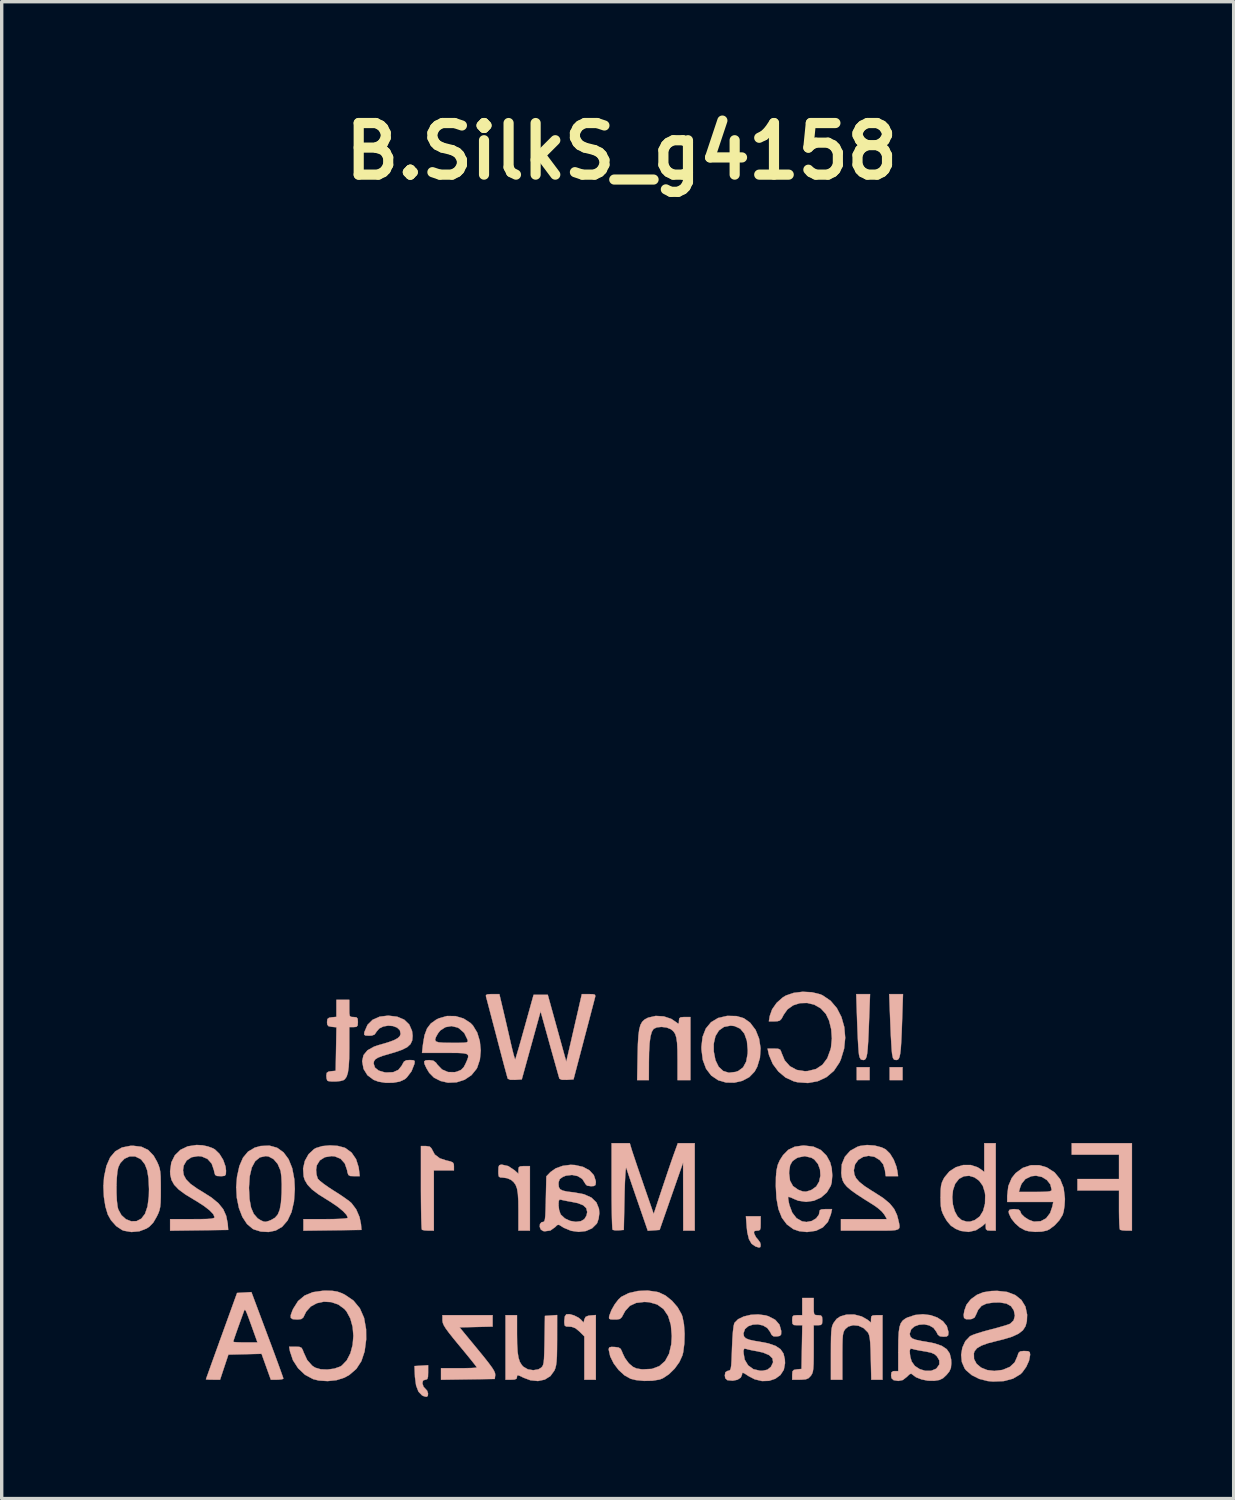
<source format=kicad_pcb>
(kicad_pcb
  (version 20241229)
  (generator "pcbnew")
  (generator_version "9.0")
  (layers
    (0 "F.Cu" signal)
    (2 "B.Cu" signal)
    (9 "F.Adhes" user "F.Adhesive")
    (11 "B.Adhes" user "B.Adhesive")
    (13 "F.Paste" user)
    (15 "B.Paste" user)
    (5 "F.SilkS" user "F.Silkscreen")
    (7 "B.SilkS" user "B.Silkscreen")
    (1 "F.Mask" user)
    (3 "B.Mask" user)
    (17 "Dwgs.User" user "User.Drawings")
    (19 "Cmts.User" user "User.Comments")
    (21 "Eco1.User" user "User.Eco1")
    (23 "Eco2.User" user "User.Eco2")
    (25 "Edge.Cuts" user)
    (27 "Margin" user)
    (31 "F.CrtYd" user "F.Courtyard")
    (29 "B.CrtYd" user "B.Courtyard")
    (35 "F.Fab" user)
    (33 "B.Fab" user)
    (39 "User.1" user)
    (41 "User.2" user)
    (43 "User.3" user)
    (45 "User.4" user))
  (footprint "B.SilkS_g4158"
    (layer "F.Cu")
    (at 15.309 1.418)
    (property "Reference" "B.SilkS_g4158" (at 0 0 0) (layer "F.SilkS") (effects (font (size 1.524 1.524) (thickness 0.3))))
    (attr through_hole)
    (fp_poly (pts (xy 7.324 27.432) (xy 6.943 27.432) (xy 6.943 27.051) (xy 7.324 27.051) (xy 7.324 27.432)) (stroke (width 0.01) (type solid)) (fill yes) (layer "B.SilkS"))
    (fp_poly (pts (xy 8.297 27.432) (xy 7.916 27.432) (xy 7.916 27.051) (xy 8.297 27.051) (xy 8.297 27.432)) (stroke (width 0.01) (type solid)) (fill yes) (layer "B.SilkS"))
    (fp_poly (pts (xy 15.071 31.877) (xy 14.908 31.877) (xy 14.797 31.87) (xy 14.725 31.854) (xy 14.718 31.849) (xy 14.707 31.798) (xy 14.699 31.679) (xy 14.693 31.509) (xy 14.69 31.304) (xy 14.69 31.256) (xy 14.69 30.692) (xy 13.462 30.692) (xy 13.462 30.353) (xy 14.69 30.353) (xy 14.69 29.633) (xy 13.293 29.633) (xy 13.293 29.295) (xy 15.071 29.295) (xy 15.071 31.877)) (stroke (width 0.01) (type solid)) (fill yes) (layer "B.SilkS"))
    (fp_poly (pts (xy 7.308 25.665) (xy 7.295 26.012) (xy 7.282 26.284) (xy 7.268 26.489) (xy 7.253 26.638) (xy 7.234 26.737) (xy 7.21 26.798) (xy 7.18 26.829) (xy 7.143 26.839) (xy 7.133 26.839) (xy 7.066 26.822) (xy 7.028 26.756) (xy 7.011 26.681) (xy 7.001 26.588) (xy 6.989 26.428) (xy 6.977 26.216) (xy 6.966 25.969) (xy 6.956 25.707) (xy 6.929 24.892) (xy 7.337 24.892) (xy 7.308 25.665)) (stroke (width 0.01) (type solid)) (fill yes) (layer "B.SilkS"))
    (fp_poly (pts (xy 8.283 25.686) (xy 8.271 26.03) (xy 8.258 26.299) (xy 8.245 26.502) (xy 8.228 26.647) (xy 8.208 26.744) (xy 8.183 26.803) (xy 8.15 26.831) (xy 8.11 26.839) (xy 8.107 26.839) (xy 8.047 26.827) (xy 8.013 26.777) (xy 7.99 26.668) (xy 7.986 26.638) (xy 7.976 26.53) (xy 7.965 26.356) (xy 7.952 26.133) (xy 7.941 25.881) (xy 7.932 25.665) (xy 7.903 24.892) (xy 8.31 24.892) (xy 8.283 25.686)) (stroke (width 0.01) (type solid)) (fill yes) (layer "B.SilkS"))
    (fp_poly (pts (xy -5.715 36.066) (xy -5.719 36.193) (xy -5.738 36.258) (xy -5.779 36.279) (xy -5.8 36.28) (xy -5.866 36.305) (xy -5.884 36.385) (xy -5.851 36.49) (xy -5.8 36.543) (xy -5.743 36.607) (xy -5.717 36.69) (xy -5.725 36.76) (xy -5.768 36.786) (xy -5.847 36.765) (xy -5.895 36.742) (xy -6 36.633) (xy -6.07 36.45) (xy -6.104 36.196) (xy -6.105 36.168) (xy -6.117 35.877) (xy -5.916 35.865) (xy -5.715 35.852) (xy -5.715 36.066)) (stroke (width 0.01) (type solid)) (fill yes) (layer "B.SilkS"))
    (fp_poly (pts (xy 4.106 31.665) (xy 4.103 31.791) (xy 4.086 31.854) (xy 4.043 31.875) (xy 3.998 31.877) (xy 3.921 31.888) (xy 3.908 31.936) (xy 3.917 31.972) (xy 3.971 32.076) (xy 4.025 32.138) (xy 4.089 32.226) (xy 4.106 32.297) (xy 4.097 32.362) (xy 4.057 32.377) (xy 3.964 32.348) (xy 3.95 32.342) (xy 3.839 32.265) (xy 3.761 32.13) (xy 3.712 31.93) (xy 3.695 31.774) (xy 3.671 31.454) (xy 4.106 31.454) (xy 4.106 31.665)) (stroke (width 0.01) (type solid)) (fill yes) (layer "B.SilkS"))
    (fp_poly (pts (xy -1.404 34.382) (xy -1.277 34.446) (xy -1.201 34.507) (xy -1.123 34.594) (xy -1.099 34.495) (xy -1.064 34.425) (xy -0.984 34.391) (xy -0.919 34.383) (xy -0.762 34.37) (xy -0.762 36.28) (xy -1.101 36.28) (xy -1.101 35.001) (xy -1.245 34.857) (xy -1.364 34.759) (xy -1.477 34.718) (xy -1.541 34.713) (xy -1.638 34.709) (xy -1.682 34.678) (xy -1.693 34.597) (xy -1.693 34.543) (xy -1.677 34.41) (xy -1.632 34.348) (xy -1.533 34.345) (xy -1.404 34.382)) (stroke (width 0.01) (type solid)) (fill yes) (layer "B.SilkS"))
    (fp_poly (pts (xy -5.668 29.396) (xy -5.614 29.45) (xy -5.61 29.461) (xy -5.52 29.628) (xy -5.369 29.742) (xy -5.185 29.803) (xy -5.053 29.834) (xy -4.983 29.866) (xy -4.957 29.914) (xy -4.953 29.975) (xy -4.953 30.099) (xy -5.546 30.099) (xy -5.546 31.877) (xy -5.708 31.877) (xy -5.82 31.87) (xy -5.891 31.854) (xy -5.898 31.849) (xy -5.906 31.801) (xy -5.912 31.679) (xy -5.918 31.494) (xy -5.922 31.258) (xy -5.925 30.98) (xy -5.927 30.672) (xy -5.927 30.6) (xy -5.927 29.379) (xy -5.781 29.379) (xy -5.668 29.396)) (stroke (width 0.01) (type solid)) (fill yes) (layer "B.SilkS"))
    (fp_poly (pts (xy -3.349 29.971) (xy -3.162 30.095) (xy -3.143 30.112) (xy -3.048 30.198) (xy -3.048 30.085) (xy -3.04 30.012) (xy -2.999 29.98) (xy -2.902 29.972) (xy -2.879 29.972) (xy -2.709 29.972) (xy -2.709 31.877) (xy -3.048 31.877) (xy -3.048 31.282) (xy -3.051 31.001) (xy -3.064 30.79) (xy -3.089 30.636) (xy -3.131 30.524) (xy -3.192 30.441) (xy -3.269 30.377) (xy -3.38 30.329) (xy -3.502 30.311) (xy -3.587 30.306) (xy -3.628 30.277) (xy -3.64 30.2) (xy -3.641 30.12) (xy -3.636 30.003) (xy -3.615 29.947) (xy -3.563 29.93) (xy -3.532 29.93) (xy -3.349 29.971)) (stroke (width 0.01) (type solid)) (fill yes) (layer "B.SilkS"))
    (fp_poly (pts (xy -3.81 34.711) (xy -4.298 34.723) (xy -4.786 34.734) (xy -4.253 35.381) (xy -4.064 35.612) (xy -3.925 35.789) (xy -3.828 35.921) (xy -3.768 36.017) (xy -3.739 36.087) (xy -3.733 36.139) (xy -3.733 36.143) (xy -3.747 36.258) (xy -5.334 36.282) (xy -5.334 35.941) (xy -4.805 35.941) (xy -4.604 35.939) (xy -4.439 35.935) (xy -4.324 35.928) (xy -4.276 35.92) (xy -4.276 35.919) (xy -4.301 35.881) (xy -4.373 35.788) (xy -4.482 35.652) (xy -4.621 35.482) (xy -4.78 35.289) (xy -4.784 35.285) (xy -4.966 35.064) (xy -5.099 34.896) (xy -5.191 34.771) (xy -5.249 34.677) (xy -5.28 34.604) (xy -5.291 34.542) (xy -5.292 34.524) (xy -5.292 34.375) (xy -3.81 34.375) (xy -3.81 34.711)) (stroke (width 0.01) (type solid)) (fill yes) (layer "B.SilkS"))
    (fp_poly (pts (xy -8.043 25.315) (xy -8.042 25.456) (xy -8.03 25.532) (xy -7.998 25.563) (xy -7.937 25.569) (xy -7.916 25.569) (xy -7.831 25.578) (xy -7.796 25.619) (xy -7.789 25.718) (xy -7.796 25.817) (xy -7.832 25.858) (xy -7.916 25.866) (xy -8.043 25.866) (xy -8.043 26.494) (xy -8.047 26.805) (xy -8.061 27.041) (xy -8.085 27.213) (xy -8.123 27.331) (xy -8.175 27.405) (xy -8.214 27.433) (xy -8.301 27.458) (xy -8.425 27.471) (xy -8.554 27.473) (xy -8.656 27.462) (xy -8.692 27.446) (xy -8.713 27.387) (xy -8.721 27.301) (xy -8.709 27.218) (xy -8.655 27.181) (xy -8.583 27.17) (xy -8.445 27.157) (xy -8.422 25.871) (xy -8.561 25.858) (xy -8.657 25.839) (xy -8.694 25.79) (xy -8.7 25.718) (xy -8.689 25.628) (xy -8.639 25.59) (xy -8.562 25.577) (xy -8.424 25.564) (xy -8.424 25.061) (xy -8.043 25.061) (xy -8.043 25.315)) (stroke (width 0.01) (type solid)) (fill yes) (layer "B.SilkS"))
    (fp_poly (pts (xy -1.906 35.102) (xy -1.908 35.381) (xy -1.912 35.589) (xy -1.922 35.743) (xy -1.937 35.856) (xy -1.959 35.943) (xy -1.985 36.008) (xy -2.102 36.171) (xy -2.269 36.276) (xy -2.471 36.319) (xy -2.695 36.296) (xy -2.893 36.222) (xy -3.008 36.166) (xy -3.066 36.148) (xy -3.088 36.166) (xy -3.09 36.201) (xy -3.107 36.253) (xy -3.17 36.276) (xy -3.26 36.28) (xy -3.429 36.28) (xy -3.429 34.375) (xy -3.09 34.375) (xy -3.09 34.936) (xy -3.086 35.233) (xy -3.072 35.46) (xy -3.046 35.63) (xy -3.005 35.755) (xy -2.946 35.85) (xy -2.902 35.897) (xy -2.769 35.974) (xy -2.61 36) (xy -2.458 35.974) (xy -2.375 35.924) (xy -2.343 35.889) (xy -2.32 35.843) (xy -2.303 35.773) (xy -2.292 35.664) (xy -2.285 35.505) (xy -2.279 35.282) (xy -2.276 35.12) (xy -2.265 34.396) (xy -2.085 34.383) (xy -1.905 34.37) (xy -1.906 35.102)) (stroke (width 0.01) (type solid)) (fill yes) (layer "B.SilkS"))
    (fp_poly (pts (xy 1.245 25.55) (xy 1.469 25.625) (xy 1.618 25.726) (xy 1.672 25.768) (xy 1.691 25.743) (xy 1.693 25.682) (xy 1.702 25.609) (xy 1.743 25.577) (xy 1.84 25.569) (xy 1.863 25.569) (xy 2.032 25.569) (xy 2.032 27.432) (xy 1.651 27.432) (xy 1.651 26.82) (xy 1.648 26.539) (xy 1.638 26.329) (xy 1.616 26.177) (xy 1.582 26.069) (xy 1.53 25.992) (xy 1.459 25.932) (xy 1.451 25.927) (xy 1.328 25.878) (xy 1.179 25.86) (xy 1.04 25.874) (xy 0.944 25.92) (xy 0.944 25.92) (xy 0.891 26.005) (xy 0.852 26.144) (xy 0.825 26.345) (xy 0.81 26.616) (xy 0.806 26.892) (xy 0.804 27.432) (xy 0.459 27.432) (xy 0.473 26.681) (xy 0.481 26.363) (xy 0.496 26.118) (xy 0.52 25.935) (xy 0.556 25.803) (xy 0.608 25.709) (xy 0.678 25.643) (xy 0.771 25.593) (xy 0.785 25.587) (xy 1.008 25.536) (xy 1.245 25.55)) (stroke (width 0.01) (type solid)) (fill yes) (layer "B.SilkS"))
    (fp_poly (pts (xy 5.673 34.121) (xy 5.674 34.261) (xy 5.686 34.337) (xy 5.718 34.368) (xy 5.779 34.375) (xy 5.8 34.375) (xy 5.885 34.383) (xy 5.92 34.425) (xy 5.927 34.523) (xy 5.92 34.622) (xy 5.884 34.663) (xy 5.8 34.671) (xy 5.673 34.671) (xy 5.673 35.364) (xy 5.672 35.624) (xy 5.669 35.814) (xy 5.661 35.947) (xy 5.648 36.038) (xy 5.627 36.101) (xy 5.598 36.151) (xy 5.585 36.168) (xy 5.52 36.235) (xy 5.441 36.268) (xy 5.319 36.279) (xy 5.267 36.28) (xy 5.038 36.28) (xy 5.038 36.134) (xy 5.046 36.035) (xy 5.087 35.991) (xy 5.175 35.975) (xy 5.313 35.962) (xy 5.336 34.671) (xy 5.187 34.671) (xy 5.087 34.665) (xy 5.046 34.628) (xy 5.038 34.536) (xy 5.038 34.523) (xy 5.044 34.424) (xy 5.081 34.383) (xy 5.175 34.375) (xy 5.186 34.375) (xy 5.334 34.375) (xy 5.334 33.867) (xy 5.673 33.867) (xy 5.673 34.121)) (stroke (width 0.01) (type solid)) (fill yes) (layer "B.SilkS"))
    (fp_poly (pts (xy 7.089 34.412) (xy 7.255 34.505) (xy 7.366 34.592) (xy 7.366 34.484) (xy 7.375 34.413) (xy 7.417 34.382) (xy 7.517 34.375) (xy 7.535 34.375) (xy 7.705 34.375) (xy 7.705 36.28) (xy 7.374 36.28) (xy 7.359 35.634) (xy 7.352 35.374) (xy 7.342 35.184) (xy 7.328 35.05) (xy 7.308 34.958) (xy 7.28 34.894) (xy 7.27 34.879) (xy 7.148 34.757) (xy 6.996 34.686) (xy 6.836 34.67) (xy 6.692 34.711) (xy 6.607 34.783) (xy 6.574 34.83) (xy 6.551 34.887) (xy 6.535 34.966) (xy 6.526 35.083) (xy 6.521 35.25) (xy 6.519 35.483) (xy 6.519 35.587) (xy 6.519 36.28) (xy 6.181 36.28) (xy 6.181 35.507) (xy 6.182 35.228) (xy 6.185 35.02) (xy 6.192 34.869) (xy 6.204 34.762) (xy 6.222 34.686) (xy 6.248 34.627) (xy 6.263 34.6) (xy 6.351 34.483) (xy 6.459 34.411) (xy 6.616 34.365) (xy 6.656 34.357) (xy 6.87 34.355) (xy 7.089 34.412)) (stroke (width 0.01) (type solid)) (fill yes) (layer "B.SilkS"))
    (fp_poly (pts (xy 3.395 25.541) (xy 3.608 25.604) (xy 3.786 25.729) (xy 3.798 25.74) (xy 3.958 25.952) (xy 4.06 26.208) (xy 4.103 26.488) (xy 4.085 26.771) (xy 4.005 27.038) (xy 3.926 27.182) (xy 3.772 27.342) (xy 3.566 27.452) (xy 3.33 27.507) (xy 3.084 27.503) (xy 2.853 27.436) (xy 2.648 27.298) (xy 2.495 27.097) (xy 2.398 26.837) (xy 2.358 26.524) (xy 2.357 26.453) (xy 2.368 26.355) (xy 2.72 26.355) (xy 2.721 26.585) (xy 2.771 26.843) (xy 2.865 27.037) (xy 2.999 27.162) (xy 3.167 27.214) (xy 3.366 27.19) (xy 3.444 27.162) (xy 3.586 27.058) (xy 3.679 26.886) (xy 3.722 26.648) (xy 3.725 26.548) (xy 3.7 26.272) (xy 3.625 26.059) (xy 3.503 25.913) (xy 3.335 25.836) (xy 3.217 25.823) (xy 3.024 25.86) (xy 2.874 25.965) (xy 2.771 26.132) (xy 2.72 26.355) (xy 2.368 26.355) (xy 2.391 26.154) (xy 2.486 25.91) (xy 2.64 25.723) (xy 2.849 25.597) (xy 3.11 25.537) (xy 3.132 25.535) (xy 3.395 25.541)) (stroke (width 0.01) (type solid)) (fill yes) (layer "B.SilkS"))
    (fp_poly (pts (xy 0.294 29.474) (xy 0.324 29.567) (xy 0.377 29.725) (xy 0.447 29.934) (xy 0.53 30.178) (xy 0.621 30.442) (xy 0.647 30.519) (xy 0.947 31.385) (xy 1.192 30.647) (xy 1.28 30.385) (xy 1.367 30.126) (xy 1.447 29.892) (xy 1.513 29.702) (xy 1.549 29.602) (xy 1.66 29.295) (xy 2.159 29.295) (xy 2.159 31.877) (xy 1.82 31.877) (xy 1.818 30.872) (xy 1.816 29.866) (xy 1.469 30.861) (xy 1.122 31.856) (xy 0.773 31.881) (xy 0.471 31.007) (xy 0.38 30.743) (xy 0.297 30.501) (xy 0.227 30.294) (xy 0.174 30.135) (xy 0.142 30.037) (xy 0.137 30.02) (xy 0.128 30.028) (xy 0.117 30.111) (xy 0.107 30.258) (xy 0.097 30.459) (xy 0.089 30.705) (xy 0.085 30.882) (xy 0.064 31.856) (xy -0.086 31.868) (xy -0.194 31.869) (xy -0.262 31.854) (xy -0.266 31.851) (xy -0.274 31.802) (xy -0.281 31.68) (xy -0.287 31.494) (xy -0.291 31.256) (xy -0.295 30.976) (xy -0.296 30.665) (xy -0.296 30.558) (xy -0.296 29.295) (xy 0.241 29.295) (xy 0.294 29.474)) (stroke (width 0.01) (type solid)) (fill yes) (layer "B.SilkS"))
    (fp_poly (pts (xy -10.462 34.955) (xy -10.346 35.264) (xy -10.241 35.547) (xy -10.15 35.795) (xy -10.076 35.999) (xy -10.023 36.148) (xy -9.994 36.232) (xy -9.99 36.248) (xy -10.028 36.267) (xy -10.124 36.278) (xy -10.175 36.28) (xy -10.36 36.28) (xy -10.497 35.897) (xy -10.634 35.515) (xy -11.124 35.527) (xy -11.614 35.539) (xy -11.737 35.909) (xy -11.86 36.28) (xy -12.069 36.28) (xy -12.188 36.278) (xy -12.263 36.273) (xy -12.277 36.269) (xy -12.263 36.228) (xy -12.223 36.117) (xy -12.162 35.946) (xy -12.082 35.723) (xy -11.987 35.46) (xy -11.88 35.164) (xy -11.879 35.16) (xy -11.472 35.16) (xy -11.433 35.169) (xy -11.329 35.175) (xy -11.179 35.179) (xy -11.114 35.179) (xy -10.755 35.179) (xy -10.925 34.704) (xy -11.003 34.488) (xy -11.058 34.342) (xy -11.095 34.255) (xy -11.12 34.217) (xy -11.137 34.218) (xy -11.151 34.248) (xy -11.153 34.252) (xy -11.247 34.512) (xy -11.33 34.743) (xy -11.397 34.934) (xy -11.445 35.074) (xy -11.47 35.15) (xy -11.472 35.16) (xy -11.879 35.16) (xy -11.817 34.989) (xy -11.357 33.718) (xy -10.934 33.693) (xy -10.462 34.955)) (stroke (width 0.01) (type solid)) (fill yes) (layer "B.SilkS"))
    (fp_poly (pts (xy -10.176 29.43) (xy -9.986 29.565) (xy -9.836 29.768) (xy -9.729 30.034) (xy -9.667 30.361) (xy -9.652 30.649) (xy -9.677 31.017) (xy -9.749 31.329) (xy -9.867 31.58) (xy -10.028 31.765) (xy -10.216 31.874) (xy -10.426 31.917) (xy -10.655 31.905) (xy -10.862 31.841) (xy -10.896 31.823) (xy -11.064 31.681) (xy -11.201 31.472) (xy -11.302 31.211) (xy -11.364 30.911) (xy -11.38 30.625) (xy -11.006 30.625) (xy -10.99 30.947) (xy -10.945 31.196) (xy -10.865 31.383) (xy -10.749 31.515) (xy -10.664 31.569) (xy -10.577 31.609) (xy -10.51 31.617) (xy -10.423 31.592) (xy -10.352 31.563) (xy -10.238 31.497) (xy -10.155 31.401) (xy -10.098 31.261) (xy -10.062 31.065) (xy -10.043 30.8) (xy -10.041 30.754) (xy -10.038 30.505) (xy -10.048 30.29) (xy -10.068 30.131) (xy -10.075 30.102) (xy -10.157 29.909) (xy -10.279 29.766) (xy -10.427 29.687) (xy -10.511 29.676) (xy -10.685 29.714) (xy -10.823 29.827) (xy -10.923 30.013) (xy -10.984 30.271) (xy -11.006 30.599) (xy -11.006 30.625) (xy -11.38 30.625) (xy -11.382 30.585) (xy -11.359 30.288) (xy -11.289 29.97) (xy -11.182 29.723) (xy -11.033 29.544) (xy -10.837 29.427) (xy -10.662 29.378) (xy -10.402 29.367) (xy -10.176 29.43)) (stroke (width 0.01) (type solid)) (fill yes) (layer "B.SilkS"))
    (fp_poly (pts (xy 7.474 29.365) (xy 7.682 29.42) (xy 7.798 29.477) (xy 7.924 29.6) (xy 8.035 29.779) (xy 8.115 29.985) (xy 8.142 30.11) (xy 8.165 30.268) (xy 7.8 30.268) (xy 7.776 30.088) (xy 7.725 29.918) (xy 7.622 29.792) (xy 7.463 29.696) (xy 7.293 29.668) (xy 7.129 29.701) (xy 6.99 29.787) (xy 6.894 29.92) (xy 6.858 30.092) (xy 6.873 30.216) (xy 6.924 30.328) (xy 7.021 30.439) (xy 7.173 30.561) (xy 7.39 30.702) (xy 7.473 30.752) (xy 7.73 30.919) (xy 7.918 31.076) (xy 8.048 31.236) (xy 8.132 31.413) (xy 8.167 31.543) (xy 8.193 31.654) (xy 8.207 31.738) (xy 8.202 31.798) (xy 8.167 31.837) (xy 8.092 31.861) (xy 7.967 31.873) (xy 7.783 31.877) (xy 7.53 31.877) (xy 7.345 31.877) (xy 6.477 31.877) (xy 6.477 31.538) (xy 7.836 31.538) (xy 7.76 31.405) (xy 7.684 31.312) (xy 7.561 31.205) (xy 7.438 31.119) (xy 7.154 30.941) (xy 6.935 30.798) (xy 6.771 30.68) (xy 6.655 30.58) (xy 6.576 30.487) (xy 6.528 30.395) (xy 6.501 30.294) (xy 6.487 30.176) (xy 6.487 30.172) (xy 6.503 29.916) (xy 6.594 29.696) (xy 6.75 29.52) (xy 6.966 29.4) (xy 7.041 29.376) (xy 7.248 29.349) (xy 7.474 29.365)) (stroke (width 0.01) (type solid)) (fill yes) (layer "B.SilkS"))
    (fp_poly (pts (xy 11.049 31.877) (xy 10.901 31.877) (xy 10.801 31.869) (xy 10.76 31.834) (xy 10.753 31.764) (xy 10.753 31.651) (xy 10.657 31.74) (xy 10.465 31.866) (xy 10.248 31.915) (xy 10.015 31.885) (xy 9.865 31.824) (xy 9.724 31.73) (xy 9.609 31.595) (xy 9.549 31.496) (xy 9.486 31.374) (xy 9.447 31.269) (xy 9.427 31.152) (xy 9.42 30.995) (xy 9.419 30.891) (xy 9.765 30.891) (xy 9.783 31.104) (xy 9.836 31.3) (xy 9.921 31.458) (xy 10.033 31.56) (xy 10.064 31.573) (xy 10.19 31.611) (xy 10.291 31.611) (xy 10.412 31.572) (xy 10.434 31.563) (xy 10.575 31.46) (xy 10.676 31.295) (xy 10.732 31.081) (xy 10.738 30.834) (xy 10.728 30.748) (xy 10.667 30.553) (xy 10.56 30.404) (xy 10.421 30.304) (xy 10.265 30.258) (xy 10.109 30.271) (xy 9.966 30.347) (xy 9.853 30.49) (xy 9.851 30.493) (xy 9.787 30.681) (xy 9.765 30.891) (xy 9.419 30.891) (xy 9.419 30.882) (xy 9.422 30.69) (xy 9.434 30.555) (xy 9.461 30.451) (xy 9.508 30.351) (xy 9.535 30.304) (xy 9.682 30.127) (xy 9.873 30.004) (xy 10.087 29.94) (xy 10.307 29.939) (xy 10.513 30.006) (xy 10.586 30.052) (xy 10.71 30.144) (xy 10.71 29.295) (xy 11.049 29.295) (xy 11.049 31.877)) (stroke (width 0.01) (type solid)) (fill yes) (layer "B.SilkS"))
    (fp_poly (pts (xy -12.376 29.357) (xy -12.216 29.392) (xy -12.067 29.448) (xy -12.014 29.478) (xy -11.879 29.608) (xy -11.767 29.789) (xy -11.698 29.987) (xy -11.684 30.108) (xy -11.689 30.212) (xy -11.72 30.257) (xy -11.802 30.268) (xy -11.848 30.268) (xy -11.953 30.263) (xy -12.005 30.231) (xy -12.03 30.15) (xy -12.04 30.095) (xy -12.107 29.898) (xy -12.231 29.759) (xy -12.404 29.686) (xy -12.509 29.676) (xy -12.703 29.71) (xy -12.848 29.807) (xy -12.934 29.956) (xy -12.954 30.092) (xy -12.933 30.234) (xy -12.862 30.365) (xy -12.735 30.495) (xy -12.54 30.634) (xy -12.387 30.727) (xy -12.111 30.902) (xy -11.907 31.071) (xy -11.766 31.246) (xy -11.679 31.441) (xy -11.634 31.668) (xy -11.629 31.729) (xy -11.62 31.856) (xy -13.335 31.879) (xy -13.335 31.538) (xy -12.679 31.538) (xy -12.424 31.537) (xy -12.242 31.533) (xy -12.122 31.524) (xy -12.054 31.51) (xy -12.025 31.49) (xy -12.023 31.478) (xy -12.06 31.391) (xy -12.168 31.278) (xy -12.337 31.147) (xy -12.56 31.004) (xy -12.625 30.966) (xy -12.889 30.805) (xy -13.082 30.662) (xy -13.214 30.524) (xy -13.294 30.381) (xy -13.33 30.222) (xy -13.335 30.121) (xy -13.299 29.864) (xy -13.195 29.653) (xy -13.031 29.492) (xy -12.815 29.388) (xy -12.555 29.348) (xy -12.376 29.357)) (stroke (width 0.01) (type solid)) (fill yes) (layer "B.SilkS"))
    (fp_poly (pts (xy -8.384 29.375) (xy -8.186 29.427) (xy -8.156 29.44) (xy -7.976 29.573) (xy -7.843 29.767) (xy -7.768 30.004) (xy -7.761 30.05) (xy -7.735 30.268) (xy -7.907 30.268) (xy -8.015 30.264) (xy -8.069 30.234) (xy -8.097 30.156) (xy -8.108 30.091) (xy -8.176 29.893) (xy -8.299 29.755) (xy -8.471 29.684) (xy -8.569 29.676) (xy -8.765 29.709) (xy -8.914 29.803) (xy -9.003 29.948) (xy -9.024 30.081) (xy -9.012 30.218) (xy -8.978 30.333) (xy -8.969 30.349) (xy -8.91 30.409) (xy -8.796 30.499) (xy -8.644 30.606) (xy -8.503 30.697) (xy -8.325 30.81) (xy -8.163 30.921) (xy -8.037 31.013) (xy -7.978 31.064) (xy -7.84 31.248) (xy -7.741 31.476) (xy -7.698 31.686) (xy -7.684 31.856) (xy -9.398 31.879) (xy -9.398 31.538) (xy -8.742 31.538) (xy -8.508 31.536) (xy -8.313 31.529) (xy -8.172 31.519) (xy -8.095 31.506) (xy -8.086 31.499) (xy -8.122 31.416) (xy -8.224 31.305) (xy -8.381 31.175) (xy -8.583 31.037) (xy -8.694 30.968) (xy -8.955 30.804) (xy -9.146 30.659) (xy -9.277 30.521) (xy -9.358 30.383) (xy -9.391 30.279) (xy -9.407 30.044) (xy -9.355 29.817) (xy -9.245 29.62) (xy -9.085 29.471) (xy -9.027 29.438) (xy -8.841 29.381) (xy -8.614 29.36) (xy -8.384 29.375)) (stroke (width 0.01) (type solid)) (fill yes) (layer "B.SilkS"))
    (fp_poly (pts (xy 5.619 24.837) (xy 5.867 24.898) (xy 5.937 24.929) (xy 6.17 25.087) (xy 6.356 25.305) (xy 6.492 25.569) (xy 6.576 25.866) (xy 6.603 26.183) (xy 6.57 26.506) (xy 6.474 26.822) (xy 6.433 26.913) (xy 6.268 27.159) (xy 6.05 27.344) (xy 5.791 27.465) (xy 5.503 27.517) (xy 5.196 27.495) (xy 5.083 27.467) (xy 4.843 27.357) (xy 4.632 27.18) (xy 4.464 26.955) (xy 4.355 26.697) (xy 4.34 26.638) (xy 4.311 26.501) (xy 4.501 26.501) (xy 4.62 26.506) (xy 4.682 26.532) (xy 4.712 26.593) (xy 4.719 26.617) (xy 4.815 26.848) (xy 4.97 27.022) (xy 5.172 27.131) (xy 5.412 27.169) (xy 5.499 27.164) (xy 5.741 27.104) (xy 5.932 26.978) (xy 6.075 26.785) (xy 6.171 26.521) (xy 6.184 26.466) (xy 6.21 26.203) (xy 6.19 25.929) (xy 6.127 25.674) (xy 6.033 25.478) (xy 5.88 25.312) (xy 5.689 25.203) (xy 5.479 25.153) (xy 5.266 25.159) (xy 5.066 25.223) (xy 4.898 25.343) (xy 4.786 25.501) (xy 4.725 25.617) (xy 4.67 25.674) (xy 4.594 25.694) (xy 4.52 25.696) (xy 4.349 25.696) (xy 4.375 25.539) (xy 4.445 25.341) (xy 4.579 25.15) (xy 4.758 24.991) (xy 4.852 24.934) (xy 5.079 24.856) (xy 5.345 24.823) (xy 5.619 24.837)) (stroke (width 0.01) (type solid)) (fill yes) (layer "B.SilkS"))
    (fp_poly (pts (xy 12.556 30.01) (xy 12.786 30.157) (xy 12.952 30.36) (xy 13.054 30.616) (xy 13.091 30.926) (xy 13.091 30.967) (xy 13.08 31.143) (xy 13.055 31.307) (xy 13.025 31.411) (xy 12.927 31.571) (xy 12.787 31.723) (xy 12.632 31.839) (xy 12.56 31.874) (xy 12.404 31.907) (xy 12.211 31.914) (xy 12.019 31.894) (xy 11.917 31.868) (xy 11.766 31.788) (xy 11.623 31.663) (xy 11.508 31.519) (xy 11.44 31.375) (xy 11.43 31.308) (xy 11.456 31.262) (xy 11.543 31.244) (xy 11.599 31.242) (xy 11.723 31.255) (xy 11.768 31.294) (xy 11.769 31.298) (xy 11.805 31.384) (xy 11.899 31.476) (xy 12.024 31.556) (xy 12.158 31.606) (xy 12.186 31.611) (xy 12.379 31.599) (xy 12.537 31.513) (xy 12.655 31.358) (xy 12.72 31.168) (xy 12.749 31.03) (xy 11.388 31.03) (xy 11.388 30.85) (xy 11.401 30.734) (xy 11.732 30.734) (xy 12.216 30.734) (xy 12.428 30.732) (xy 12.569 30.726) (xy 12.652 30.714) (xy 12.691 30.694) (xy 12.7 30.668) (xy 12.662 30.512) (xy 12.559 30.382) (xy 12.412 30.292) (xy 12.239 30.255) (xy 12.096 30.271) (xy 11.924 30.354) (xy 11.811 30.494) (xy 11.77 30.601) (xy 11.732 30.734) (xy 11.401 30.734) (xy 11.421 30.562) (xy 11.522 30.323) (xy 11.637 30.179) (xy 11.847 30.025) (xy 12.085 29.946) (xy 12.336 29.945) (xy 12.556 30.01)) (stroke (width 0.01) (type solid)) (fill yes) (layer "B.SilkS"))
    (fp_poly (pts (xy -8.539 33.656) (xy -8.395 33.679) (xy -8.261 33.727) (xy -8.174 33.77) (xy -7.92 33.943) (xy -7.731 34.172) (xy -7.607 34.454) (xy -7.547 34.792) (xy -7.545 35.094) (xy -7.591 35.445) (xy -7.686 35.731) (xy -7.834 35.959) (xy -8.04 36.137) (xy -8.191 36.221) (xy -8.419 36.293) (xy -8.683 36.321) (xy -8.945 36.304) (xy -9.112 36.262) (xy -9.351 36.134) (xy -9.554 35.942) (xy -9.707 35.705) (xy -9.794 35.444) (xy -9.819 35.306) (xy -9.633 35.306) (xy -9.515 35.311) (xy -9.452 35.34) (xy -9.413 35.413) (xy -9.395 35.465) (xy -9.287 35.699) (xy -9.137 35.868) (xy -9.049 35.925) (xy -8.889 35.972) (xy -8.69 35.98) (xy -8.486 35.953) (xy -8.314 35.893) (xy -8.267 35.865) (xy -8.118 35.71) (xy -8.01 35.499) (xy -7.944 35.251) (xy -7.922 34.985) (xy -7.944 34.72) (xy -8.012 34.473) (xy -8.125 34.264) (xy -8.19 34.189) (xy -8.371 34.058) (xy -8.578 33.988) (xy -8.794 33.976) (xy -9 34.02) (xy -9.18 34.117) (xy -9.314 34.266) (xy -9.35 34.336) (xy -9.401 34.441) (xy -9.459 34.488) (xy -9.557 34.501) (xy -9.599 34.501) (xy -9.714 34.492) (xy -9.771 34.453) (xy -9.772 34.374) (xy -9.724 34.239) (xy -9.699 34.184) (xy -9.556 33.958) (xy -9.364 33.796) (xy -9.119 33.695) (xy -8.815 33.652) (xy -8.729 33.65) (xy -8.539 33.656)) (stroke (width 0.01) (type solid)) (fill yes) (layer "B.SilkS"))
    (fp_poly (pts (xy -14.181 29.401) (xy -13.982 29.496) (xy -13.823 29.662) (xy -13.723 29.838) (xy -13.677 29.942) (xy -13.645 30.036) (xy -13.626 30.14) (xy -13.615 30.275) (xy -13.611 30.458) (xy -13.61 30.649) (xy -13.611 30.884) (xy -13.616 31.053) (xy -13.628 31.176) (xy -13.649 31.274) (xy -13.683 31.366) (xy -13.73 31.464) (xy -13.831 31.638) (xy -13.945 31.757) (xy -14.03 31.814) (xy -14.242 31.896) (xy -14.478 31.918) (xy -14.702 31.879) (xy -14.753 31.859) (xy -14.928 31.742) (xy -15.082 31.568) (xy -15.175 31.401) (xy -15.245 31.167) (xy -15.29 30.884) (xy -15.304 30.583) (xy -15.302 30.544) (xy -14.919 30.544) (xy -14.918 30.774) (xy -14.908 30.988) (xy -14.888 31.16) (xy -14.868 31.246) (xy -14.774 31.419) (xy -14.64 31.54) (xy -14.485 31.601) (xy -14.326 31.597) (xy -14.186 31.524) (xy -14.076 31.381) (xy -14.001 31.16) (xy -13.963 30.865) (xy -13.958 30.649) (xy -13.972 30.338) (xy -14.011 30.098) (xy -14.08 29.918) (xy -14.182 29.787) (xy -14.213 29.76) (xy -14.368 29.685) (xy -14.53 29.685) (xy -14.681 29.752) (xy -14.804 29.88) (xy -14.865 30.004) (xy -14.892 30.134) (xy -14.91 30.323) (xy -14.919 30.544) (xy -15.302 30.544) (xy -15.286 30.298) (xy -15.285 30.288) (xy -15.215 29.965) (xy -15.106 29.715) (xy -14.954 29.535) (xy -14.756 29.422) (xy -14.509 29.373) (xy -14.427 29.371) (xy -14.181 29.401)) (stroke (width 0.01) (type solid)) (fill yes) (layer "B.SilkS"))
    (fp_poly (pts (xy -6.63 25.559) (xy -6.421 25.647) (xy -6.273 25.789) (xy -6.19 25.98) (xy -6.173 26.124) (xy -6.185 26.259) (xy -6.234 26.366) (xy -6.328 26.455) (xy -6.48 26.534) (xy -6.699 26.61) (xy -6.851 26.654) (xy -7.058 26.715) (xy -7.196 26.768) (xy -7.278 26.82) (xy -7.316 26.881) (xy -7.324 26.944) (xy -7.285 27.062) (xy -7.175 27.151) (xy -7.005 27.201) (xy -6.954 27.207) (xy -6.746 27.198) (xy -6.594 27.13) (xy -6.49 26.999) (xy -6.48 26.976) (xy -6.428 26.885) (xy -6.359 26.846) (xy -6.257 26.839) (xy -6.153 26.844) (xy -6.112 26.868) (xy -6.116 26.931) (xy -6.121 26.956) (xy -6.206 27.172) (xy -6.344 27.353) (xy -6.405 27.406) (xy -6.555 27.475) (xy -6.754 27.51) (xy -6.972 27.511) (xy -7.182 27.477) (xy -7.324 27.424) (xy -7.507 27.287) (xy -7.621 27.102) (xy -7.662 26.877) (xy -7.662 26.868) (xy -7.623 26.694) (xy -7.506 26.552) (xy -7.311 26.443) (xy -7.171 26.396) (xy -6.917 26.323) (xy -6.736 26.258) (xy -6.618 26.197) (xy -6.552 26.135) (xy -6.527 26.07) (xy -6.549 25.96) (xy -6.631 25.881) (xy -6.752 25.835) (xy -6.894 25.823) (xy -7.036 25.847) (xy -7.159 25.907) (xy -7.244 26.007) (xy -7.246 26.013) (xy -7.297 26.086) (xy -7.378 26.116) (xy -7.458 26.12) (xy -7.563 26.115) (xy -7.603 26.091) (xy -7.6 26.029) (xy -7.593 26.003) (xy -7.505 25.8) (xy -7.354 25.65) (xy -7.146 25.558) (xy -6.894 25.528) (xy -6.63 25.559)) (stroke (width 0.01) (type solid)) (fill yes) (layer "B.SilkS"))
    (fp_poly (pts (xy -4.906 25.542) (xy -4.667 25.613) (xy -4.461 25.747) (xy -4.391 25.82) (xy -4.265 26.028) (xy -4.188 26.282) (xy -4.161 26.557) (xy -4.186 26.826) (xy -4.266 27.065) (xy -4.283 27.097) (xy -4.435 27.285) (xy -4.638 27.421) (xy -4.875 27.497) (xy -5.127 27.508) (xy -5.347 27.458) (xy -5.541 27.359) (xy -5.682 27.217) (xy -5.762 27.084) (xy -5.822 26.954) (xy -5.832 26.88) (xy -5.788 26.848) (xy -5.683 26.841) (xy -5.563 26.857) (xy -5.483 26.916) (xy -5.44 26.977) (xy -5.304 27.118) (xy -5.127 27.194) (xy -4.928 27.197) (xy -4.864 27.182) (xy -4.742 27.13) (xy -4.662 27.048) (xy -4.612 26.953) (xy -4.56 26.836) (xy -4.531 26.751) (xy -4.536 26.693) (xy -4.583 26.657) (xy -4.683 26.637) (xy -4.843 26.629) (xy -5.075 26.628) (xy -5.212 26.628) (xy -5.895 26.628) (xy -5.866 26.37) (xy -5.844 26.238) (xy -5.509 26.238) (xy -5.486 26.288) (xy -5.407 26.316) (xy -5.261 26.328) (xy -5.041 26.331) (xy -5.014 26.331) (xy -4.804 26.331) (xy -4.666 26.327) (xy -4.586 26.319) (xy -4.549 26.301) (xy -4.543 26.272) (xy -4.552 26.236) (xy -4.649 26.038) (xy -4.804 25.901) (xy -4.848 25.878) (xy -5.025 25.836) (xy -5.203 25.868) (xy -5.355 25.965) (xy -5.421 26.048) (xy -5.484 26.16) (xy -5.509 26.238) (xy -5.844 26.238) (xy -5.821 26.106) (xy -5.747 25.908) (xy -5.635 25.76) (xy -5.474 25.645) (xy -5.397 25.607) (xy -5.157 25.539) (xy -4.906 25.542)) (stroke (width 0.01) (type solid)) (fill yes) (layer "B.SilkS"))
    (fp_poly (pts (xy 1.054 33.689) (xy 1.103 33.702) (xy 1.298 33.796) (xy 1.489 33.95) (xy 1.654 34.141) (xy 1.77 34.348) (xy 1.796 34.418) (xy 1.841 34.649) (xy 1.86 34.924) (xy 1.852 35.208) (xy 1.819 35.464) (xy 1.795 35.563) (xy 1.705 35.76) (xy 1.566 35.953) (xy 1.395 36.12) (xy 1.216 36.238) (xy 1.122 36.275) (xy 0.908 36.31) (xy 0.662 36.315) (xy 0.424 36.291) (xy 0.266 36.252) (xy 0.084 36.151) (xy -0.088 35.993) (xy -0.234 35.799) (xy -0.337 35.591) (xy -0.381 35.393) (xy -0.381 35.373) (xy -0.365 35.327) (xy -0.302 35.311) (xy -0.204 35.314) (xy -0.09 35.329) (xy -0.028 35.369) (xy 0.015 35.459) (xy 0.03 35.5) (xy 0.098 35.64) (xy 0.199 35.779) (xy 0.233 35.815) (xy 0.336 35.901) (xy 0.438 35.948) (xy 0.578 35.971) (xy 0.625 35.974) (xy 0.894 35.961) (xy 1.114 35.879) (xy 1.283 35.73) (xy 1.401 35.514) (xy 1.467 35.234) (xy 1.482 34.989) (xy 1.454 34.661) (xy 1.373 34.396) (xy 1.239 34.195) (xy 1.052 34.059) (xy 0.816 33.991) (xy 0.668 33.983) (xy 0.426 34.012) (xy 0.243 34.098) (xy 0.107 34.247) (xy 0.065 34.323) (xy 0.006 34.432) (xy -0.051 34.485) (xy -0.139 34.501) (xy -0.206 34.502) (xy -0.319 34.499) (xy -0.368 34.479) (xy -0.372 34.43) (xy -0.362 34.385) (xy -0.3 34.224) (xy -0.203 34.053) (xy -0.091 33.907) (xy -0.01 33.833) (xy 0.211 33.722) (xy 0.48 33.66) (xy 0.769 33.647) (xy 1.054 33.689)) (stroke (width 0.01) (type solid)) (fill yes) (layer "B.SilkS"))
    (fp_poly (pts (xy -3.503 25.347) (xy -3.447 25.585) (xy -3.382 25.865) (xy -3.317 26.146) (xy -3.278 26.32) (xy -3.232 26.514) (xy -3.192 26.673) (xy -3.161 26.78) (xy -3.144 26.822) (xy -3.143 26.821) (xy -3.127 26.778) (xy -3.093 26.664) (xy -3.042 26.492) (xy -2.979 26.273) (xy -2.908 26.019) (xy -2.863 25.859) (xy -2.6 24.913) (xy -2.181 24.913) (xy -1.908 25.9) (xy -1.635 26.887) (xy -1.499 26.302) (xy -1.44 26.044) (xy -1.377 25.77) (xy -1.318 25.514) (xy -1.27 25.308) (xy -1.27 25.305) (xy -1.175 24.892) (xy -0.968 24.892) (xy -0.845 24.895) (xy -0.788 24.911) (xy -0.777 24.95) (xy -0.785 24.987) (xy -0.802 25.052) (xy -0.837 25.187) (xy -0.888 25.381) (xy -0.951 25.623) (xy -1.024 25.901) (xy -1.104 26.203) (xy -1.115 26.247) (xy -1.421 27.411) (xy -1.621 27.424) (xy -1.765 27.422) (xy -1.834 27.392) (xy -1.84 27.381) (xy -1.856 27.326) (xy -1.891 27.202) (xy -1.942 27.02) (xy -2.006 26.793) (xy -2.079 26.533) (xy -2.126 26.364) (xy -2.393 25.401) (xy -2.671 26.406) (xy -2.949 27.411) (xy -3.147 27.424) (xy -3.292 27.422) (xy -3.361 27.39) (xy -3.366 27.381) (xy -3.381 27.327) (xy -3.415 27.202) (xy -3.465 27.018) (xy -3.527 26.784) (xy -3.598 26.513) (xy -3.676 26.215) (xy -3.684 26.183) (xy -3.763 25.882) (xy -3.836 25.605) (xy -3.899 25.364) (xy -3.95 25.17) (xy -3.986 25.034) (xy -4.004 24.968) (xy -4.005 24.966) (xy -4.007 24.922) (xy -3.965 24.899) (xy -3.863 24.892) (xy -3.819 24.892) (xy -3.611 24.892) (xy -3.503 25.347)) (stroke (width 0.01) (type solid)) (fill yes) (layer "B.SilkS"))
    (fp_poly (pts (xy 5.666 29.397) (xy 5.883 29.496) (xy 6.052 29.663) (xy 6.157 29.855) (xy 6.205 30.034) (xy 6.221 30.246) (xy 6.205 30.448) (xy 6.178 30.551) (xy 6.061 30.749) (xy 5.889 30.899) (xy 5.679 30.994) (xy 5.449 31.027) (xy 5.217 30.993) (xy 5.102 30.946) (xy 4.999 30.899) (xy 4.931 30.879) (xy 4.919 30.881) (xy 4.918 30.928) (xy 4.935 31.032) (xy 4.955 31.123) (xy 5.039 31.347) (xy 5.165 31.509) (xy 5.327 31.603) (xy 5.459 31.623) (xy 5.615 31.593) (xy 5.745 31.515) (xy 5.826 31.406) (xy 5.842 31.329) (xy 5.854 31.274) (xy 5.905 31.249) (xy 6.017 31.242) (xy 6.028 31.242) (xy 6.214 31.242) (xy 6.179 31.397) (xy 6.092 31.618) (xy 5.944 31.78) (xy 5.741 31.881) (xy 5.485 31.917) (xy 5.461 31.917) (xy 5.242 31.893) (xy 5.073 31.834) (xy 4.88 31.693) (xy 4.734 31.498) (xy 4.632 31.242) (xy 4.573 30.921) (xy 4.554 30.565) (xy 4.557 30.299) (xy 4.567 30.187) (xy 4.946 30.187) (xy 4.973 30.402) (xy 5.06 30.56) (xy 5.211 30.668) (xy 5.221 30.672) (xy 5.346 30.719) (xy 5.445 30.726) (xy 5.559 30.693) (xy 5.612 30.672) (xy 5.748 30.574) (xy 5.834 30.428) (xy 5.871 30.255) (xy 5.86 30.074) (xy 5.799 29.908) (xy 5.69 29.776) (xy 5.607 29.725) (xy 5.411 29.678) (xy 5.214 29.717) (xy 5.164 29.74) (xy 5.045 29.825) (xy 4.977 29.944) (xy 4.949 30.115) (xy 4.946 30.187) (xy 4.567 30.187) (xy 4.575 30.097) (xy 4.611 29.936) (xy 4.672 29.797) (xy 4.761 29.658) (xy 4.771 29.644) (xy 4.923 29.49) (xy 5.112 29.399) (xy 5.353 29.365) (xy 5.397 29.365) (xy 5.666 29.397)) (stroke (width 0.01) (type solid)) (fill yes) (layer "B.SilkS"))
    (fp_poly (pts (xy -1.381 29.94) (xy -1.139 29.995) (xy -0.949 30.098) (xy -0.821 30.239) (xy -0.764 30.412) (xy -0.762 30.457) (xy -0.773 30.53) (xy -0.823 30.56) (xy -0.907 30.565) (xy -1.02 30.549) (xy -1.074 30.495) (xy -1.079 30.481) (xy -1.161 30.352) (xy -1.296 30.267) (xy -1.464 30.232) (xy -1.643 30.253) (xy -1.738 30.291) (xy -1.827 30.354) (xy -1.86 30.443) (xy -1.863 30.503) (xy -1.854 30.592) (xy -1.817 30.654) (xy -1.739 30.695) (xy -1.604 30.725) (xy -1.4 30.749) (xy -1.109 30.804) (xy -0.89 30.903) (xy -0.744 31.046) (xy -0.669 31.233) (xy -0.659 31.362) (xy -0.678 31.517) (xy -0.722 31.65) (xy -0.736 31.673) (xy -0.872 31.808) (xy -1.055 31.889) (xy -1.268 31.914) (xy -1.492 31.882) (xy -1.709 31.792) (xy -1.775 31.75) (xy -1.85 31.704) (xy -1.903 31.713) (xy -1.965 31.774) (xy -2.104 31.874) (xy -2.269 31.896) (xy -2.318 31.889) (xy -2.386 31.845) (xy -2.418 31.766) (xy -2.412 31.684) (xy -2.367 31.63) (xy -2.333 31.623) (xy -2.303 31.618) (xy -2.281 31.593) (xy -2.265 31.538) (xy -2.254 31.44) (xy -2.247 31.287) (xy -2.242 31.124) (xy -1.863 31.124) (xy -1.847 31.264) (xy -1.807 31.384) (xy -1.794 31.406) (xy -1.676 31.517) (xy -1.521 31.589) (xy -1.354 31.618) (xy -1.202 31.598) (xy -1.101 31.538) (xy -1.037 31.432) (xy -1.016 31.328) (xy -1.044 31.214) (xy -1.134 31.128) (xy -1.293 31.065) (xy -1.459 31.031) (xy -1.607 31.004) (xy -1.73 30.979) (xy -1.782 30.966) (xy -1.832 30.96) (xy -1.856 30.998) (xy -1.863 31.098) (xy -1.863 31.124) (xy -2.242 31.124) (xy -2.24 31.066) (xy -2.238 30.948) (xy -2.223 30.274) (xy -2.101 30.147) (xy -1.946 30.038) (xy -1.74 29.964) (xy -1.51 29.934) (xy -1.381 29.94)) (stroke (width 0.01) (type solid)) (fill yes) (layer "B.SilkS"))
    (fp_poly (pts (xy 11.384 33.688) (xy 11.625 33.78) (xy 11.807 33.926) (xy 11.926 34.121) (xy 11.976 34.36) (xy 11.968 34.55) (xy 11.929 34.699) (xy 11.85 34.821) (xy 11.72 34.922) (xy 11.532 35.009) (xy 11.273 35.088) (xy 11.09 35.133) (xy 10.82 35.202) (xy 10.625 35.273) (xy 10.496 35.35) (xy 10.423 35.439) (xy 10.403 35.501) (xy 10.408 35.669) (xy 10.484 35.812) (xy 10.617 35.923) (xy 10.795 35.995) (xy 11.005 36.021) (xy 11.235 35.993) (xy 11.26 35.987) (xy 11.467 35.901) (xy 11.608 35.769) (xy 11.686 35.595) (xy 11.721 35.49) (xy 11.77 35.444) (xy 11.866 35.433) (xy 11.897 35.433) (xy 12.005 35.438) (xy 12.053 35.466) (xy 12.064 35.532) (xy 12.064 35.549) (xy 12.032 35.719) (xy 11.949 35.902) (xy 11.833 36.063) (xy 11.776 36.119) (xy 11.558 36.249) (xy 11.286 36.321) (xy 10.97 36.334) (xy 10.809 36.319) (xy 10.562 36.256) (xy 10.341 36.145) (xy 10.17 35.998) (xy 10.13 35.945) (xy 10.049 35.758) (xy 10.028 35.546) (xy 10.063 35.333) (xy 10.15 35.143) (xy 10.284 35.001) (xy 10.298 34.991) (xy 10.378 34.955) (xy 10.519 34.906) (xy 10.702 34.851) (xy 10.892 34.8) (xy 11.094 34.747) (xy 11.271 34.696) (xy 11.405 34.654) (xy 11.474 34.628) (xy 11.577 34.529) (xy 11.615 34.39) (xy 11.583 34.232) (xy 11.499 34.107) (xy 11.365 34.031) (xy 11.172 33.999) (xy 10.985 34.001) (xy 10.775 34.032) (xy 10.629 34.1) (xy 10.529 34.218) (xy 10.474 34.344) (xy 10.424 34.443) (xy 10.344 34.486) (xy 10.289 34.494) (xy 10.172 34.494) (xy 10.113 34.456) (xy 10.102 34.365) (xy 10.123 34.239) (xy 10.184 34.068) (xy 10.297 33.924) (xy 10.329 33.893) (xy 10.496 33.772) (xy 10.685 33.697) (xy 10.919 33.661) (xy 11.091 33.656) (xy 11.384 33.688)) (stroke (width 0.01) (type solid)) (fill yes) (layer "B.SilkS"))
    (fp_poly (pts (xy 9.123 34.374) (xy 9.325 34.445) (xy 9.49 34.554) (xy 9.604 34.696) (xy 9.651 34.866) (xy 9.652 34.889) (xy 9.643 34.97) (xy 9.599 35.004) (xy 9.504 35.01) (xy 9.399 34.998) (xy 9.337 34.947) (xy 9.297 34.866) (xy 9.211 34.749) (xy 9.085 34.676) (xy 8.936 34.645) (xy 8.785 34.656) (xy 8.65 34.705) (xy 8.552 34.792) (xy 8.51 34.915) (xy 8.51 34.933) (xy 8.526 35.006) (xy 8.58 35.06) (xy 8.687 35.101) (xy 8.86 35.138) (xy 8.958 35.153) (xy 9.245 35.208) (xy 9.456 35.281) (xy 9.601 35.378) (xy 9.69 35.507) (xy 9.731 35.677) (xy 9.737 35.791) (xy 9.725 35.931) (xy 9.677 36.039) (xy 9.596 36.138) (xy 9.493 36.235) (xy 9.388 36.287) (xy 9.241 36.311) (xy 9.236 36.312) (xy 9.048 36.309) (xy 8.858 36.271) (xy 8.696 36.208) (xy 8.592 36.13) (xy 8.551 36.1) (xy 8.5 36.122) (xy 8.424 36.196) (xy 8.305 36.289) (xy 8.172 36.316) (xy 8.033 36.293) (xy 7.972 36.236) (xy 7.959 36.15) (xy 7.971 36.06) (xy 8.022 36.028) (xy 8.065 36.026) (xy 8.17 36.026) (xy 8.17 35.472) (xy 8.509 35.472) (xy 8.526 35.608) (xy 8.567 35.744) (xy 8.661 35.875) (xy 8.804 35.968) (xy 8.97 36.018) (xy 9.137 36.018) (xy 9.279 35.961) (xy 9.305 35.939) (xy 9.384 35.828) (xy 9.382 35.709) (xy 9.314 35.592) (xy 9.245 35.528) (xy 9.144 35.483) (xy 8.988 35.449) (xy 8.944 35.442) (xy 8.787 35.416) (xy 8.656 35.389) (xy 8.583 35.369) (xy 8.531 35.363) (xy 8.511 35.413) (xy 8.509 35.472) (xy 8.17 35.472) (xy 8.17 35.389) (xy 8.173 35.1) (xy 8.184 34.883) (xy 8.207 34.724) (xy 8.245 34.612) (xy 8.302 34.533) (xy 8.382 34.474) (xy 8.437 34.445) (xy 8.665 34.369) (xy 8.899 34.347) (xy 9.123 34.374)) (stroke (width 0.01) (type solid)) (fill yes) (layer "B.SilkS"))
    (fp_poly (pts (xy 4.247 34.38) (xy 4.336 34.406) (xy 4.536 34.511) (xy 4.662 34.655) (xy 4.713 34.837) (xy 4.713 34.845) (xy 4.71 34.943) (xy 4.672 34.986) (xy 4.584 35.002) (xy 4.489 35) (xy 4.432 34.958) (xy 4.387 34.869) (xy 4.302 34.752) (xy 4.176 34.678) (xy 4.027 34.645) (xy 3.876 34.653) (xy 3.742 34.699) (xy 3.643 34.784) (xy 3.6 34.904) (xy 3.599 34.924) (xy 3.613 35) (xy 3.664 35.056) (xy 3.764 35.098) (xy 3.928 35.134) (xy 4.048 35.153) (xy 4.334 35.208) (xy 4.545 35.281) (xy 4.691 35.378) (xy 4.78 35.507) (xy 4.82 35.677) (xy 4.826 35.791) (xy 4.79 35.986) (xy 4.69 36.141) (xy 4.54 36.251) (xy 4.355 36.313) (xy 4.147 36.32) (xy 3.931 36.268) (xy 3.749 36.173) (xy 3.639 36.101) (xy 3.581 36.074) (xy 3.559 36.089) (xy 3.556 36.129) (xy 3.518 36.218) (xy 3.42 36.281) (xy 3.282 36.309) (xy 3.127 36.294) (xy 3.122 36.293) (xy 3.061 36.236) (xy 3.048 36.153) (xy 3.065 36.059) (xy 3.127 36.021) (xy 3.143 36.018) (xy 3.179 36.01) (xy 3.206 35.989) (xy 3.224 35.942) (xy 3.237 35.857) (xy 3.246 35.72) (xy 3.254 35.521) (xy 3.256 35.472) (xy 3.598 35.472) (xy 3.634 35.687) (xy 3.735 35.856) (xy 3.891 35.969) (xy 4.091 36.016) (xy 4.166 36.015) (xy 4.307 35.984) (xy 4.406 35.903) (xy 4.413 35.893) (xy 4.474 35.763) (xy 4.454 35.648) (xy 4.355 35.553) (xy 4.18 35.479) (xy 4 35.439) (xy 3.851 35.412) (xy 3.728 35.385) (xy 3.672 35.368) (xy 3.621 35.363) (xy 3.601 35.413) (xy 3.598 35.472) (xy 3.256 35.472) (xy 3.26 35.348) (xy 3.272 35.077) (xy 3.288 34.856) (xy 3.308 34.695) (xy 3.33 34.607) (xy 3.332 34.602) (xy 3.439 34.494) (xy 3.605 34.414) (xy 3.809 34.365) (xy 4.03 34.352) (xy 4.247 34.38)) (stroke (width 0.01) (type solid)) (fill yes) (layer "B.SilkS")))
  (gr_rect
    (start -3 -3)
    (end 33.385 41.209)
    (stroke (width 0.1) (type default))
    (fill no)
    (layer "Edge.Cuts")))
</source>
